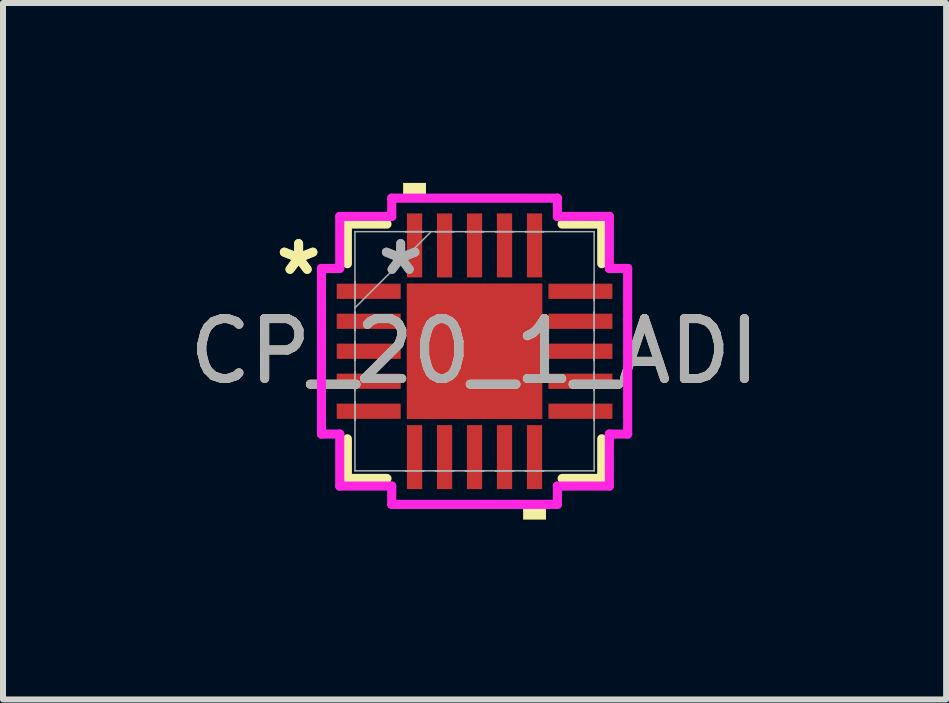
<source format=kicad_pcb>
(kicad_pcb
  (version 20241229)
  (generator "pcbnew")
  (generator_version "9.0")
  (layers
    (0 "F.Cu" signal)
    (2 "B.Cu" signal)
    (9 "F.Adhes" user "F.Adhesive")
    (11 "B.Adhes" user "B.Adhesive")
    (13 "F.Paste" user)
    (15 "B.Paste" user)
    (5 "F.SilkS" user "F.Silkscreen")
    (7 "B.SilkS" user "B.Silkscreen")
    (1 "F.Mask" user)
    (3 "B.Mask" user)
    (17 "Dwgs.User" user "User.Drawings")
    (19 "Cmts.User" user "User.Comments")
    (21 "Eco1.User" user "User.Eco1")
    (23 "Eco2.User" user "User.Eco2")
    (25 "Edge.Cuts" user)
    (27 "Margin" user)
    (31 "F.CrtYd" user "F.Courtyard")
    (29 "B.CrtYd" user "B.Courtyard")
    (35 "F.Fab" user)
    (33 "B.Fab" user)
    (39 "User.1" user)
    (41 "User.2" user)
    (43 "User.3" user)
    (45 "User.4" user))
  (footprint "CP_20_1_ADI"
    (layer "F.Cu")
    (at 4.863 2.807)
    (property "Reference" "CP_20_1_ADI" (at 0 0 0) (unlocked yes) (layer "F.SilkS") (effects (font (size 1 1) (thickness 0.15))))
    (attr smd)
    (fp_line (start -2.121 -2.121) (end -2.121 -1.46) (stroke (width 0.152) (type solid)) (layer "F.SilkS"))
    (fp_line (start -2.121 1.46) (end -2.121 2.121) (stroke (width 0.152) (type solid)) (layer "F.SilkS"))
    (fp_line (start -2.121 2.121) (end -1.46 2.121) (stroke (width 0.152) (type solid)) (layer "F.SilkS"))
    (fp_line (start -1.46 -2.121) (end -2.121 -2.121) (stroke (width 0.152) (type solid)) (layer "F.SilkS"))
    (fp_line (start 1.46 2.121) (end 2.121 2.121) (stroke (width 0.152) (type solid)) (layer "F.SilkS"))
    (fp_line (start 2.121 -2.121) (end 1.46 -2.121) (stroke (width 0.152) (type solid)) (layer "F.SilkS"))
    (fp_line (start 2.121 -1.46) (end 2.121 -2.121) (stroke (width 0.152) (type solid)) (layer "F.SilkS"))
    (fp_line (start 2.121 2.121) (end 2.121 1.46) (stroke (width 0.152) (type solid)) (layer "F.SilkS"))
    (fp_poly (pts (xy -1.191 -2.553) (xy -1.191 -2.807) (xy -0.81 -2.807) (xy -0.81 -2.553)) (stroke (width 0) (type solid)) (fill yes) (layer "F.SilkS"))
    (fp_poly (pts (xy 0.81 2.553) (xy 0.81 2.807) (xy 1.191 2.807) (xy 1.191 2.553)) (stroke (width 0) (type solid)) (fill yes) (layer "F.SilkS"))
    (fp_line (start -2.553 -1.381) (end -2.248 -1.381) (stroke (width 0.152) (type solid)) (layer "F.CrtYd"))
    (fp_line (start -2.553 1.381) (end -2.553 -1.381) (stroke (width 0.152) (type solid)) (layer "F.CrtYd"))
    (fp_line (start -2.248 -2.248) (end -1.381 -2.248) (stroke (width 0.152) (type solid)) (layer "F.CrtYd"))
    (fp_line (start -2.248 -1.381) (end -2.248 -2.248) (stroke (width 0.152) (type solid)) (layer "F.CrtYd"))
    (fp_line (start -2.248 1.381) (end -2.553 1.381) (stroke (width 0.152) (type solid)) (layer "F.CrtYd"))
    (fp_line (start -2.248 2.248) (end -2.248 1.381) (stroke (width 0.152) (type solid)) (layer "F.CrtYd"))
    (fp_line (start -1.381 -2.553) (end 1.381 -2.553) (stroke (width 0.152) (type solid)) (layer "F.CrtYd"))
    (fp_line (start -1.381 -2.248) (end -1.381 -2.553) (stroke (width 0.152) (type solid)) (layer "F.CrtYd"))
    (fp_line (start -1.381 2.248) (end -2.248 2.248) (stroke (width 0.152) (type solid)) (layer "F.CrtYd"))
    (fp_line (start -1.381 2.553) (end -1.381 2.248) (stroke (width 0.152) (type solid)) (layer "F.CrtYd"))
    (fp_line (start 1.381 -2.553) (end 1.381 -2.248) (stroke (width 0.152) (type solid)) (layer "F.CrtYd"))
    (fp_line (start 1.381 -2.248) (end 2.248 -2.248) (stroke (width 0.152) (type solid)) (layer "F.CrtYd"))
    (fp_line (start 1.381 2.248) (end 1.381 2.553) (stroke (width 0.152) (type solid)) (layer "F.CrtYd"))
    (fp_line (start 1.381 2.553) (end -1.381 2.553) (stroke (width 0.152) (type solid)) (layer "F.CrtYd"))
    (fp_line (start 2.248 -2.248) (end 2.248 -1.381) (stroke (width 0.152) (type solid)) (layer "F.CrtYd"))
    (fp_line (start 2.248 -1.381) (end 2.553 -1.381) (stroke (width 0.152) (type solid)) (layer "F.CrtYd"))
    (fp_line (start 2.248 1.381) (end 2.248 2.248) (stroke (width 0.152) (type solid)) (layer "F.CrtYd"))
    (fp_line (start 2.248 2.248) (end 1.381 2.248) (stroke (width 0.152) (type solid)) (layer "F.CrtYd"))
    (fp_line (start 2.553 -1.381) (end 2.553 1.381) (stroke (width 0.152) (type solid)) (layer "F.CrtYd"))
    (fp_line (start 2.553 1.381) (end 2.248 1.381) (stroke (width 0.152) (type solid)) (layer "F.CrtYd"))
    (fp_line (start -1.994 -1.994) (end -1.994 -1.994) (stroke (width 0.025) (type solid)) (layer "F.Fab"))
    (fp_line (start -1.994 -1.994) (end -1.994 1.994) (stroke (width 0.025) (type solid)) (layer "F.Fab"))
    (fp_line (start -1.994 -1.152) (end -1.994 -1.152) (stroke (width 0.025) (type solid)) (layer "F.Fab"))
    (fp_line (start -1.994 -1.152) (end -1.994 -0.848) (stroke (width 0.025) (type solid)) (layer "F.Fab"))
    (fp_line (start -1.994 -0.848) (end -1.994 -1.152) (stroke (width 0.025) (type solid)) (layer "F.Fab"))
    (fp_line (start -1.994 -0.848) (end -1.994 -0.848) (stroke (width 0.025) (type solid)) (layer "F.Fab"))
    (fp_line (start -1.994 -0.724) (end -0.724 -1.994) (stroke (width 0.025) (type solid)) (layer "F.Fab"))
    (fp_line (start -1.994 -0.652) (end -1.994 -0.652) (stroke (width 0.025) (type solid)) (layer "F.Fab"))
    (fp_line (start -1.994 -0.652) (end -1.994 -0.348) (stroke (width 0.025) (type solid)) (layer "F.Fab"))
    (fp_line (start -1.994 -0.348) (end -1.994 -0.652) (stroke (width 0.025) (type solid)) (layer "F.Fab"))
    (fp_line (start -1.994 -0.348) (end -1.994 -0.348) (stroke (width 0.025) (type solid)) (layer "F.Fab"))
    (fp_line (start -1.994 -0.152) (end -1.994 -0.152) (stroke (width 0.025) (type solid)) (layer "F.Fab"))
    (fp_line (start -1.994 -0.152) (end -1.994 0.152) (stroke (width 0.025) (type solid)) (layer "F.Fab"))
    (fp_line (start -1.994 0.152) (end -1.994 -0.152) (stroke (width 0.025) (type solid)) (layer "F.Fab"))
    (fp_line (start -1.994 0.152) (end -1.994 0.152) (stroke (width 0.025) (type solid)) (layer "F.Fab"))
    (fp_line (start -1.994 0.348) (end -1.994 0.348) (stroke (width 0.025) (type solid)) (layer "F.Fab"))
    (fp_line (start -1.994 0.348) (end -1.994 0.652) (stroke (width 0.025) (type solid)) (layer "F.Fab"))
    (fp_line (start -1.994 0.652) (end -1.994 0.348) (stroke (width 0.025) (type solid)) (layer "F.Fab"))
    (fp_line (start -1.994 0.652) (end -1.994 0.652) (stroke (width 0.025) (type solid)) (layer "F.Fab"))
    (fp_line (start -1.994 0.848) (end -1.994 0.848) (stroke (width 0.025) (type solid)) (layer "F.Fab"))
    (fp_line (start -1.994 0.848) (end -1.994 1.152) (stroke (width 0.025) (type solid)) (layer "F.Fab"))
    (fp_line (start -1.994 1.152) (end -1.994 0.848) (stroke (width 0.025) (type solid)) (layer "F.Fab"))
    (fp_line (start -1.994 1.152) (end -1.994 1.152) (stroke (width 0.025) (type solid)) (layer "F.Fab"))
    (fp_line (start -1.994 1.994) (end -1.994 1.994) (stroke (width 0.025) (type solid)) (layer "F.Fab"))
    (fp_line (start -1.994 1.994) (end 1.994 1.994) (stroke (width 0.025) (type solid)) (layer "F.Fab"))
    (fp_line (start -1.152 -1.994) (end -1.152 -1.994) (stroke (width 0.025) (type solid)) (layer "F.Fab"))
    (fp_line (start -1.152 -1.994) (end -0.848 -1.994) (stroke (width 0.025) (type solid)) (layer "F.Fab"))
    (fp_line (start -1.152 1.994) (end -1.152 1.994) (stroke (width 0.025) (type solid)) (layer "F.Fab"))
    (fp_line (start -1.152 1.994) (end -0.848 1.994) (stroke (width 0.025) (type solid)) (layer "F.Fab"))
    (fp_line (start -0.848 -1.994) (end -1.152 -1.994) (stroke (width 0.025) (type solid)) (layer "F.Fab"))
    (fp_line (start -0.848 -1.994) (end -0.848 -1.994) (stroke (width 0.025) (type solid)) (layer "F.Fab"))
    (fp_line (start -0.848 1.994) (end -1.152 1.994) (stroke (width 0.025) (type solid)) (layer "F.Fab"))
    (fp_line (start -0.848 1.994) (end -0.848 1.994) (stroke (width 0.025) (type solid)) (layer "F.Fab"))
    (fp_line (start -0.652 -1.994) (end -0.652 -1.994) (stroke (width 0.025) (type solid)) (layer "F.Fab"))
    (fp_line (start -0.652 -1.994) (end -0.348 -1.994) (stroke (width 0.025) (type solid)) (layer "F.Fab"))
    (fp_line (start -0.652 1.994) (end -0.652 1.994) (stroke (width 0.025) (type solid)) (layer "F.Fab"))
    (fp_line (start -0.652 1.994) (end -0.348 1.994) (stroke (width 0.025) (type solid)) (layer "F.Fab"))
    (fp_line (start -0.348 -1.994) (end -0.652 -1.994) (stroke (width 0.025) (type solid)) (layer "F.Fab"))
    (fp_line (start -0.348 -1.994) (end -0.348 -1.994) (stroke (width 0.025) (type solid)) (layer "F.Fab"))
    (fp_line (start -0.348 1.994) (end -0.652 1.994) (stroke (width 0.025) (type solid)) (layer "F.Fab"))
    (fp_line (start -0.348 1.994) (end -0.348 1.994) (stroke (width 0.025) (type solid)) (layer "F.Fab"))
    (fp_line (start -0.152 -1.994) (end -0.152 -1.994) (stroke (width 0.025) (type solid)) (layer "F.Fab"))
    (fp_line (start -0.152 -1.994) (end 0.152 -1.994) (stroke (width 0.025) (type solid)) (layer "F.Fab"))
    (fp_line (start -0.152 1.994) (end -0.152 1.994) (stroke (width 0.025) (type solid)) (layer "F.Fab"))
    (fp_line (start -0.152 1.994) (end 0.152 1.994) (stroke (width 0.025) (type solid)) (layer "F.Fab"))
    (fp_line (start 0.152 -1.994) (end -0.152 -1.994) (stroke (width 0.025) (type solid)) (layer "F.Fab"))
    (fp_line (start 0.152 -1.994) (end 0.152 -1.994) (stroke (width 0.025) (type solid)) (layer "F.Fab"))
    (fp_line (start 0.152 1.994) (end -0.152 1.994) (stroke (width 0.025) (type solid)) (layer "F.Fab"))
    (fp_line (start 0.152 1.994) (end 0.152 1.994) (stroke (width 0.025) (type solid)) (layer "F.Fab"))
    (fp_line (start 0.348 -1.994) (end 0.348 -1.994) (stroke (width 0.025) (type solid)) (layer "F.Fab"))
    (fp_line (start 0.348 -1.994) (end 0.652 -1.994) (stroke (width 0.025) (type solid)) (layer "F.Fab"))
    (fp_line (start 0.348 1.994) (end 0.348 1.994) (stroke (width 0.025) (type solid)) (layer "F.Fab"))
    (fp_line (start 0.348 1.994) (end 0.652 1.994) (stroke (width 0.025) (type solid)) (layer "F.Fab"))
    (fp_line (start 0.652 -1.994) (end 0.348 -1.994) (stroke (width 0.025) (type solid)) (layer "F.Fab"))
    (fp_line (start 0.652 -1.994) (end 0.652 -1.994) (stroke (width 0.025) (type solid)) (layer "F.Fab"))
    (fp_line (start 0.652 1.994) (end 0.348 1.994) (stroke (width 0.025) (type solid)) (layer "F.Fab"))
    (fp_line (start 0.652 1.994) (end 0.652 1.994) (stroke (width 0.025) (type solid)) (layer "F.Fab"))
    (fp_line (start 0.848 -1.994) (end 0.848 -1.994) (stroke (width 0.025) (type solid)) (layer "F.Fab"))
    (fp_line (start 0.848 -1.994) (end 1.152 -1.994) (stroke (width 0.025) (type solid)) (layer "F.Fab"))
    (fp_line (start 0.848 1.994) (end 0.848 1.994) (stroke (width 0.025) (type solid)) (layer "F.Fab"))
    (fp_line (start 0.848 1.994) (end 1.152 1.994) (stroke (width 0.025) (type solid)) (layer "F.Fab"))
    (fp_line (start 1.152 -1.994) (end 0.848 -1.994) (stroke (width 0.025) (type solid)) (layer "F.Fab"))
    (fp_line (start 1.152 -1.994) (end 1.152 -1.994) (stroke (width 0.025) (type solid)) (layer "F.Fab"))
    (fp_line (start 1.152 1.994) (end 0.848 1.994) (stroke (width 0.025) (type solid)) (layer "F.Fab"))
    (fp_line (start 1.152 1.994) (end 1.152 1.994) (stroke (width 0.025) (type solid)) (layer "F.Fab"))
    (fp_line (start 1.994 -1.994) (end -1.994 -1.994) (stroke (width 0.025) (type solid)) (layer "F.Fab"))
    (fp_line (start 1.994 -1.994) (end 1.994 -1.994) (stroke (width 0.025) (type solid)) (layer "F.Fab"))
    (fp_line (start 1.994 -1.152) (end 1.994 -1.152) (stroke (width 0.025) (type solid)) (layer "F.Fab"))
    (fp_line (start 1.994 -1.152) (end 1.994 -0.848) (stroke (width 0.025) (type solid)) (layer "F.Fab"))
    (fp_line (start 1.994 -0.848) (end 1.994 -1.152) (stroke (width 0.025) (type solid)) (layer "F.Fab"))
    (fp_line (start 1.994 -0.848) (end 1.994 -0.848) (stroke (width 0.025) (type solid)) (layer "F.Fab"))
    (fp_line (start 1.994 -0.652) (end 1.994 -0.652) (stroke (width 0.025) (type solid)) (layer "F.Fab"))
    (fp_line (start 1.994 -0.652) (end 1.994 -0.348) (stroke (width 0.025) (type solid)) (layer "F.Fab"))
    (fp_line (start 1.994 -0.348) (end 1.994 -0.652) (stroke (width 0.025) (type solid)) (layer "F.Fab"))
    (fp_line (start 1.994 -0.348) (end 1.994 -0.348) (stroke (width 0.025) (type solid)) (layer "F.Fab"))
    (fp_line (start 1.994 -0.152) (end 1.994 -0.152) (stroke (width 0.025) (type solid)) (layer "F.Fab"))
    (fp_line (start 1.994 -0.152) (end 1.994 0.152) (stroke (width 0.025) (type solid)) (layer "F.Fab"))
    (fp_line (start 1.994 0.152) (end 1.994 -0.152) (stroke (width 0.025) (type solid)) (layer "F.Fab"))
    (fp_line (start 1.994 0.152) (end 1.994 0.152) (stroke (width 0.025) (type solid)) (layer "F.Fab"))
    (fp_line (start 1.994 0.348) (end 1.994 0.348) (stroke (width 0.025) (type solid)) (layer "F.Fab"))
    (fp_line (start 1.994 0.348) (end 1.994 0.652) (stroke (width 0.025) (type solid)) (layer "F.Fab"))
    (fp_line (start 1.994 0.652) (end 1.994 0.348) (stroke (width 0.025) (type solid)) (layer "F.Fab"))
    (fp_line (start 1.994 0.652) (end 1.994 0.652) (stroke (width 0.025) (type solid)) (layer "F.Fab"))
    (fp_line (start 1.994 0.848) (end 1.994 0.848) (stroke (width 0.025) (type solid)) (layer "F.Fab"))
    (fp_line (start 1.994 0.848) (end 1.994 1.152) (stroke (width 0.025) (type solid)) (layer "F.Fab"))
    (fp_line (start 1.994 1.152) (end 1.994 0.848) (stroke (width 0.025) (type solid)) (layer "F.Fab"))
    (fp_line (start 1.994 1.152) (end 1.994 1.152) (stroke (width 0.025) (type solid)) (layer "F.Fab"))
    (fp_line (start 1.994 1.994) (end 1.994 -1.994) (stroke (width 0.025) (type solid)) (layer "F.Fab"))
    (fp_line (start 1.994 1.994) (end 1.994 1.994) (stroke (width 0.025) (type solid)) (layer "F.Fab"))
    (fp_text user "*" (at -2.934 -1.25 0) (unlocked yes) (layer "F.SilkS") (effects (font (size 1 1) (thickness 0.15))))
    (fp_text user "*" (at -2.934 -1.25 0) (layer "F.SilkS") (effects (font (size 1 1) (thickness 0.15))))
    (fp_text user "*" (at -1.232 -1.25 0) (layer "F.Fab") (effects (font (size 1 1) (thickness 0.15))))
    (fp_text user "${REFERENCE}" (at 0 0 0) (unlocked yes) (layer "F.Fab") (effects (font (size 1 1) (thickness 0.15))))
    (fp_text user "*" (at -1.232 -1.25 0) (unlocked yes) (layer "F.Fab") (effects (font (size 1 1) (thickness 0.15))))
    (pad "1" smd rect (at -1.765 -1 90) (size 0.254 1.067) (layers "F.Cu" "F.Mask" "F.Paste"))
    (pad "2" smd rect (at -1.765 -0.5 90) (size 0.254 1.067) (layers "F.Cu" "F.Mask" "F.Paste"))
    (pad "3" smd rect (at -1.765 0 90) (size 0.254 1.067) (layers "F.Cu" "F.Mask" "F.Paste"))
    (pad "4" smd rect (at -1.765 0.5 90) (size 0.254 1.067) (layers "F.Cu" "F.Mask" "F.Paste"))
    (pad "5" smd rect (at -1.765 1 90) (size 0.254 1.067) (layers "F.Cu" "F.Mask" "F.Paste"))
    (pad "6" smd rect (at -1 1.765) (size 0.254 1.067) (layers "F.Cu" "F.Mask" "F.Paste"))
    (pad "7" smd rect (at -0.5 1.765) (size 0.254 1.067) (layers "F.Cu" "F.Mask" "F.Paste"))
    (pad "8" smd rect (at 0 1.765) (size 0.254 1.067) (layers "F.Cu" "F.Mask" "F.Paste"))
    (pad "9" smd rect (at 0.5 1.765) (size 0.254 1.067) (layers "F.Cu" "F.Mask" "F.Paste"))
    (pad "10" smd rect (at 1 1.765) (size 0.254 1.067) (layers "F.Cu" "F.Mask" "F.Paste"))
    (pad "11" smd rect (at 1.765 1 90) (size 0.254 1.067) (layers "F.Cu" "F.Mask" "F.Paste"))
    (pad "12" smd rect (at 1.765 0.5 90) (size 0.254 1.067) (layers "F.Cu" "F.Mask" "F.Paste"))
    (pad "13" smd rect (at 1.765 0 90) (size 0.254 1.067) (layers "F.Cu" "F.Mask" "F.Paste"))
    (pad "14" smd rect (at 1.765 -0.5 90) (size 0.254 1.067) (layers "F.Cu" "F.Mask" "F.Paste"))
    (pad "15" smd rect (at 1.765 -1 90) (size 0.254 1.067) (layers "F.Cu" "F.Mask" "F.Paste"))
    (pad "16" smd rect (at 1 -1.765) (size 0.254 1.067) (layers "F.Cu" "F.Mask" "F.Paste"))
    (pad "17" smd rect (at 0.5 -1.765) (size 0.254 1.067) (layers "F.Cu" "F.Mask" "F.Paste"))
    (pad "18" smd rect (at 0 -1.765) (size 0.254 1.067) (layers "F.Cu" "F.Mask" "F.Paste"))
    (pad "19" smd rect (at -0.5 -1.765) (size 0.254 1.067) (layers "F.Cu" "F.Mask" "F.Paste"))
    (pad "20" smd rect (at -1 -1.765) (size 0.254 1.067) (layers "F.Cu" "F.Mask" "F.Paste"))
    (pad "21" smd rect (at 0 0) (size 2.261 2.261) (layers "F.Cu" "F.Mask" "F.Paste")))
  (gr_rect
    (start -3 -3)
    (end 12.726 8.613)
    (stroke (width 0.1) (type default))
    (fill no)
    (layer "Edge.Cuts")))
</source>
